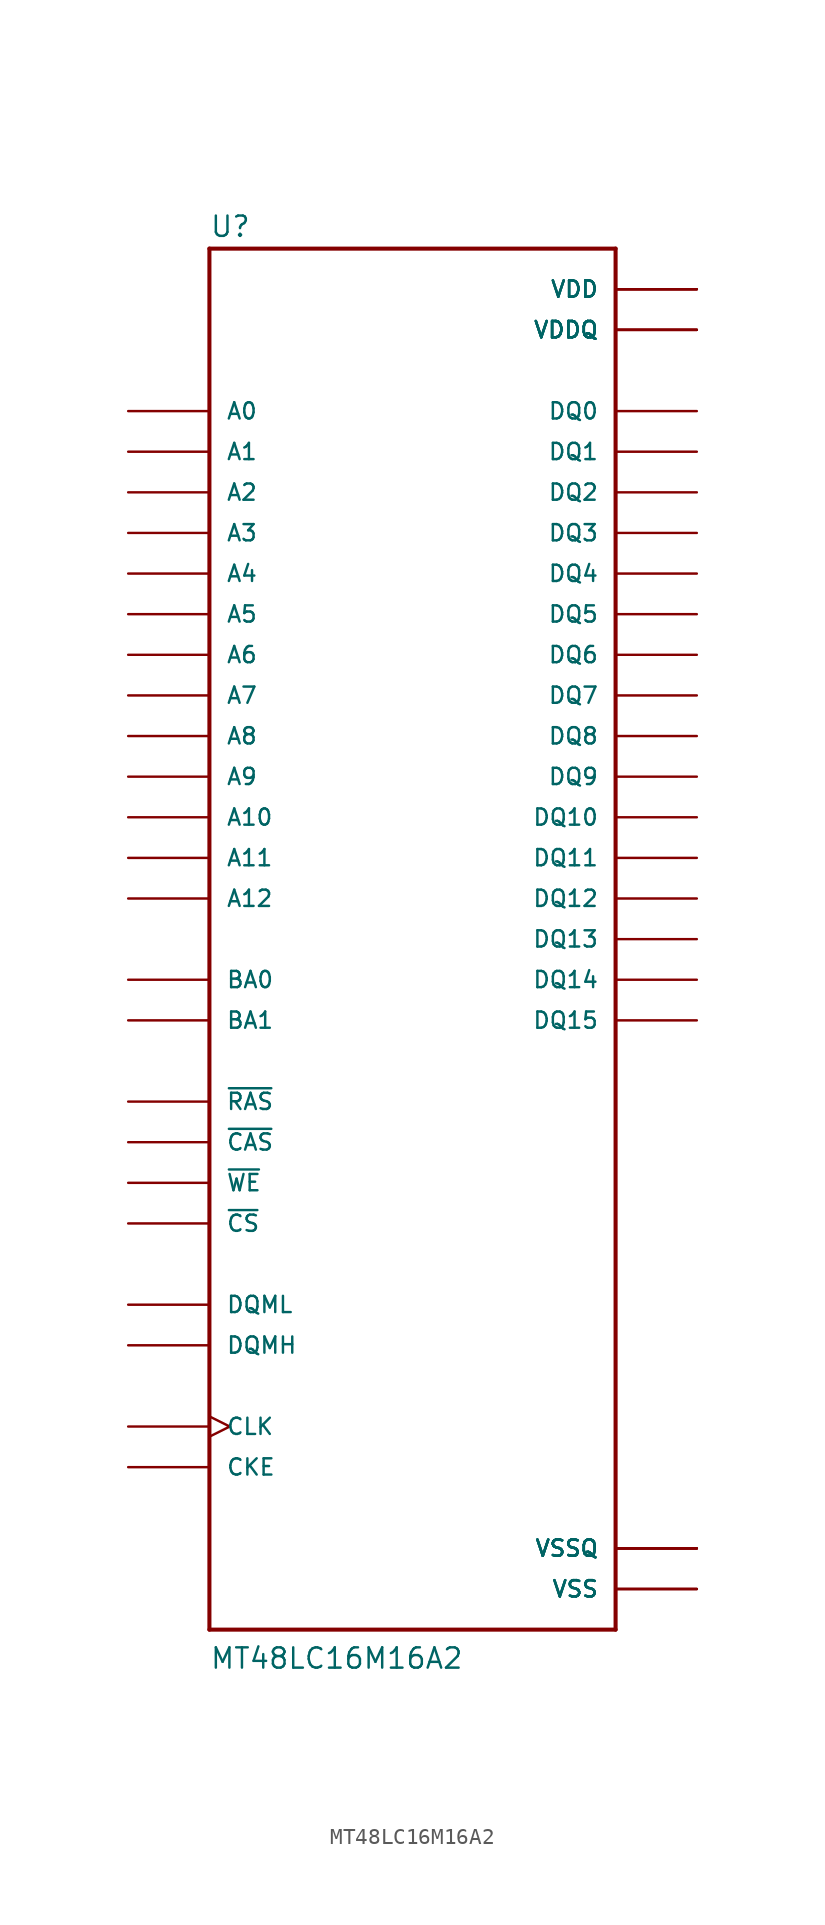
<source format=kicad_sym>
(kicad_symbol_lib
  (version 20201005)
  (generator kicad_symbol_editor)
  (symbol "MT48LC16M16A2"
    (pin_numbers hide)
    (pin_names
      (offset 1.016))
    (property "Reference" "U"
      (at -12.7 43.815 0)
      (effects (font (size 1.27 1.27)) (justify left bottom)))
    (property "Value" "MT48LC16M16A2"
      (at -12.7 -45.72 0)
      (effects (font (size 1.27 1.27)) (justify left bottom)))
    (symbol "MT48LC16M16A2_0_0"
      (polyline (pts (xy -12.7 -43.18) (xy -12.7 43.18)) (stroke (width 0.254)) (fill (type none)))
      (polyline (pts (xy -12.7 43.18) (xy 12.7 43.18)) (stroke (width 0.254)) (fill (type none)))
      (polyline (pts (xy 12.7 -43.18) (xy -12.7 -43.18)) (stroke (width 0.254)) (fill (type none)))
      (polyline (pts (xy 12.7 43.18) (xy 12.7 -43.18)) (stroke (width 0.254)) (fill (type none)))
      (pin power_in line (at 17.78 40.64 180) (length 5.08) (name "VDD" (effects (font (size 1.016 1.016)))) (number "1" (effects (font (size 1.016 1.016)))))
      (pin bidirectional line (at 17.78 20.32 180) (length 5.08) (name "DQ5" (effects (font (size 1.016 1.016)))) (number "10" (effects (font (size 1.016 1.016)))))
      (pin bidirectional line (at 17.78 17.78 180) (length 5.08) (name "DQ6" (effects (font (size 1.016 1.016)))) (number "11" (effects (font (size 1.016 1.016)))))
      (pin power_in line (at 17.78 -38.1 180) (length 5.08) (name "VSSQ" (effects (font (size 1.016 1.016)))) (number "12" (effects (font (size 1.016 1.016)))))
      (pin bidirectional line (at 17.78 15.24 180) (length 5.08) (name "DQ7" (effects (font (size 1.016 1.016)))) (number "13" (effects (font (size 1.016 1.016)))))
      (pin power_in line (at 17.78 40.64 180) (length 5.08) (name "VDD" (effects (font (size 1.016 1.016)))) (number "14" (effects (font (size 1.016 1.016)))))
      (pin input line (at -17.78 -22.86 0) (length 5.08) (name "DQML" (effects (font (size 1.016 1.016)))) (number "15" (effects (font (size 1.016 1.016)))))
      (pin input line (at -17.78 -15.24 0) (length 5.08) (name "~WE~" (effects (font (size 1.016 1.016)))) (number "16" (effects (font (size 1.016 1.016)))))
      (pin input line (at -17.78 -12.7 0) (length 5.08) (name "~CAS~" (effects (font (size 1.016 1.016)))) (number "17" (effects (font (size 1.016 1.016)))))
      (pin input line (at -17.78 -10.16 0) (length 5.08) (name "~RAS~" (effects (font (size 1.016 1.016)))) (number "18" (effects (font (size 1.016 1.016)))))
      (pin input line (at -17.78 -17.78 0) (length 5.08) (name "~CS~" (effects (font (size 1.016 1.016)))) (number "19" (effects (font (size 1.016 1.016)))))
      (pin bidirectional line (at 17.78 33.02 180) (length 5.08) (name "DQ0" (effects (font (size 1.016 1.016)))) (number "2" (effects (font (size 1.016 1.016)))))
      (pin input line (at -17.78 -2.54 0) (length 5.08) (name "BA0" (effects (font (size 1.016 1.016)))) (number "20" (effects (font (size 1.016 1.016)))))
      (pin input line (at -17.78 -5.08 0) (length 5.08) (name "BA1" (effects (font (size 1.016 1.016)))) (number "21" (effects (font (size 1.016 1.016)))))
      (pin input line (at -17.78 7.62 0) (length 5.08) (name "A10" (effects (font (size 1.016 1.016)))) (number "22" (effects (font (size 1.016 1.016)))))
      (pin input line (at -17.78 33.02 0) (length 5.08) (name "A0" (effects (font (size 1.016 1.016)))) (number "23" (effects (font (size 1.016 1.016)))))
      (pin input line (at -17.78 30.48 0) (length 5.08) (name "A1" (effects (font (size 1.016 1.016)))) (number "24" (effects (font (size 1.016 1.016)))))
      (pin input line (at -17.78 27.94 0) (length 5.08) (name "A2" (effects (font (size 1.016 1.016)))) (number "25" (effects (font (size 1.016 1.016)))))
      (pin input line (at -17.78 25.4 0) (length 5.08) (name "A3" (effects (font (size 1.016 1.016)))) (number "26" (effects (font (size 1.016 1.016)))))
      (pin power_in line (at 17.78 40.64 180) (length 5.08) (name "VDD" (effects (font (size 1.016 1.016)))) (number "27" (effects (font (size 1.016 1.016)))))
      (pin power_in line (at 17.78 -40.64 180) (length 5.08) (name "VSS" (effects (font (size 1.016 1.016)))) (number "28" (effects (font (size 1.016 1.016)))))
      (pin input line (at -17.78 22.86 0) (length 5.08) (name "A4" (effects (font (size 1.016 1.016)))) (number "29" (effects (font (size 1.016 1.016)))))
      (pin power_in line (at 17.78 38.1 180) (length 5.08) (name "VDDQ" (effects (font (size 1.016 1.016)))) (number "3" (effects (font (size 1.016 1.016)))))
      (pin input line (at -17.78 20.32 0) (length 5.08) (name "A5" (effects (font (size 1.016 1.016)))) (number "30" (effects (font (size 1.016 1.016)))))
      (pin input line (at -17.78 17.78 0) (length 5.08) (name "A6" (effects (font (size 1.016 1.016)))) (number "31" (effects (font (size 1.016 1.016)))))
      (pin input line (at -17.78 15.24 0) (length 5.08) (name "A7" (effects (font (size 1.016 1.016)))) (number "32" (effects (font (size 1.016 1.016)))))
      (pin input line (at -17.78 12.7 0) (length 5.08) (name "A8" (effects (font (size 1.016 1.016)))) (number "33" (effects (font (size 1.016 1.016)))))
      (pin input line (at -17.78 10.16 0) (length 5.08) (name "A9" (effects (font (size 1.016 1.016)))) (number "34" (effects (font (size 1.016 1.016)))))
      (pin input line (at -17.78 5.08 0) (length 5.08) (name "A11" (effects (font (size 1.016 1.016)))) (number "35" (effects (font (size 1.016 1.016)))))
      (pin input line (at -17.78 2.54 0) (length 5.08) (name "A12" (effects (font (size 1.016 1.016)))) (number "36" (effects (font (size 1.016 1.016)))))
      (pin input line (at -17.78 -33.02 0) (length 5.08) (name "CKE" (effects (font (size 1.016 1.016)))) (number "37" (effects (font (size 1.016 1.016)))))
      (pin input clock (at -17.78 -30.48 0) (length 5.08) (name "CLK" (effects (font (size 1.016 1.016)))) (number "38" (effects (font (size 1.016 1.016)))))
      (pin input line (at -17.78 -25.4 0) (length 5.08) (name "DQMH" (effects (font (size 1.016 1.016)))) (number "39" (effects (font (size 1.016 1.016)))))
      (pin bidirectional line (at 17.78 30.48 180) (length 5.08) (name "DQ1" (effects (font (size 1.016 1.016)))) (number "4" (effects (font (size 1.016 1.016)))))
      (pin power_in line (at 17.78 -40.64 180) (length 5.08) (name "VSS" (effects (font (size 1.016 1.016)))) (number "41" (effects (font (size 1.016 1.016)))))
      (pin bidirectional line (at 17.78 12.7 180) (length 5.08) (name "DQ8" (effects (font (size 1.016 1.016)))) (number "42" (effects (font (size 1.016 1.016)))))
      (pin power_in line (at 17.78 38.1 180) (length 5.08) (name "VDDQ" (effects (font (size 1.016 1.016)))) (number "43" (effects (font (size 1.016 1.016)))))
      (pin bidirectional line (at 17.78 10.16 180) (length 5.08) (name "DQ9" (effects (font (size 1.016 1.016)))) (number "44" (effects (font (size 1.016 1.016)))))
      (pin bidirectional line (at 17.78 7.62 180) (length 5.08) (name "DQ10" (effects (font (size 1.016 1.016)))) (number "45" (effects (font (size 1.016 1.016)))))
      (pin power_in line (at 17.78 -38.1 180) (length 5.08) (name "VSSQ" (effects (font (size 1.016 1.016)))) (number "46" (effects (font (size 1.016 1.016)))))
      (pin bidirectional line (at 17.78 5.08 180) (length 5.08) (name "DQ11" (effects (font (size 1.016 1.016)))) (number "47" (effects (font (size 1.016 1.016)))))
      (pin bidirectional line (at 17.78 2.54 180) (length 5.08) (name "DQ12" (effects (font (size 1.016 1.016)))) (number "48" (effects (font (size 1.016 1.016)))))
      (pin power_in line (at 17.78 38.1 180) (length 5.08) (name "VDDQ" (effects (font (size 1.016 1.016)))) (number "49" (effects (font (size 1.016 1.016)))))
      (pin bidirectional line (at 17.78 27.94 180) (length 5.08) (name "DQ2" (effects (font (size 1.016 1.016)))) (number "5" (effects (font (size 1.016 1.016)))))
      (pin bidirectional line (at 17.78 0 180) (length 5.08) (name "DQ13" (effects (font (size 1.016 1.016)))) (number "50" (effects (font (size 1.016 1.016)))))
      (pin bidirectional line (at 17.78 -2.54 180) (length 5.08) (name "DQ14" (effects (font (size 1.016 1.016)))) (number "51" (effects (font (size 1.016 1.016)))))
      (pin power_in line (at 17.78 -38.1 180) (length 5.08) (name "VSSQ" (effects (font (size 1.016 1.016)))) (number "52" (effects (font (size 1.016 1.016)))))
      (pin bidirectional line (at 17.78 -5.08 180) (length 5.08) (name "DQ15" (effects (font (size 1.016 1.016)))) (number "53" (effects (font (size 1.016 1.016)))))
      (pin power_in line (at 17.78 -40.64 180) (length 5.08) (name "VSS" (effects (font (size 1.016 1.016)))) (number "54" (effects (font (size 1.016 1.016)))))
      (pin power_in line (at 17.78 -38.1 180) (length 5.08) (name "VSSQ" (effects (font (size 1.016 1.016)))) (number "6" (effects (font (size 1.016 1.016)))))
      (pin bidirectional line (at 17.78 25.4 180) (length 5.08) (name "DQ3" (effects (font (size 1.016 1.016)))) (number "7" (effects (font (size 1.016 1.016)))))
      (pin bidirectional line (at 17.78 22.86 180) (length 5.08) (name "DQ4" (effects (font (size 1.016 1.016)))) (number "8" (effects (font (size 1.016 1.016)))))
      (pin power_in line (at 17.78 38.1 180) (length 5.08) (name "VDDQ" (effects (font (size 1.016 1.016)))) (number "9" (effects (font (size 1.016 1.016))))))))
</source>
